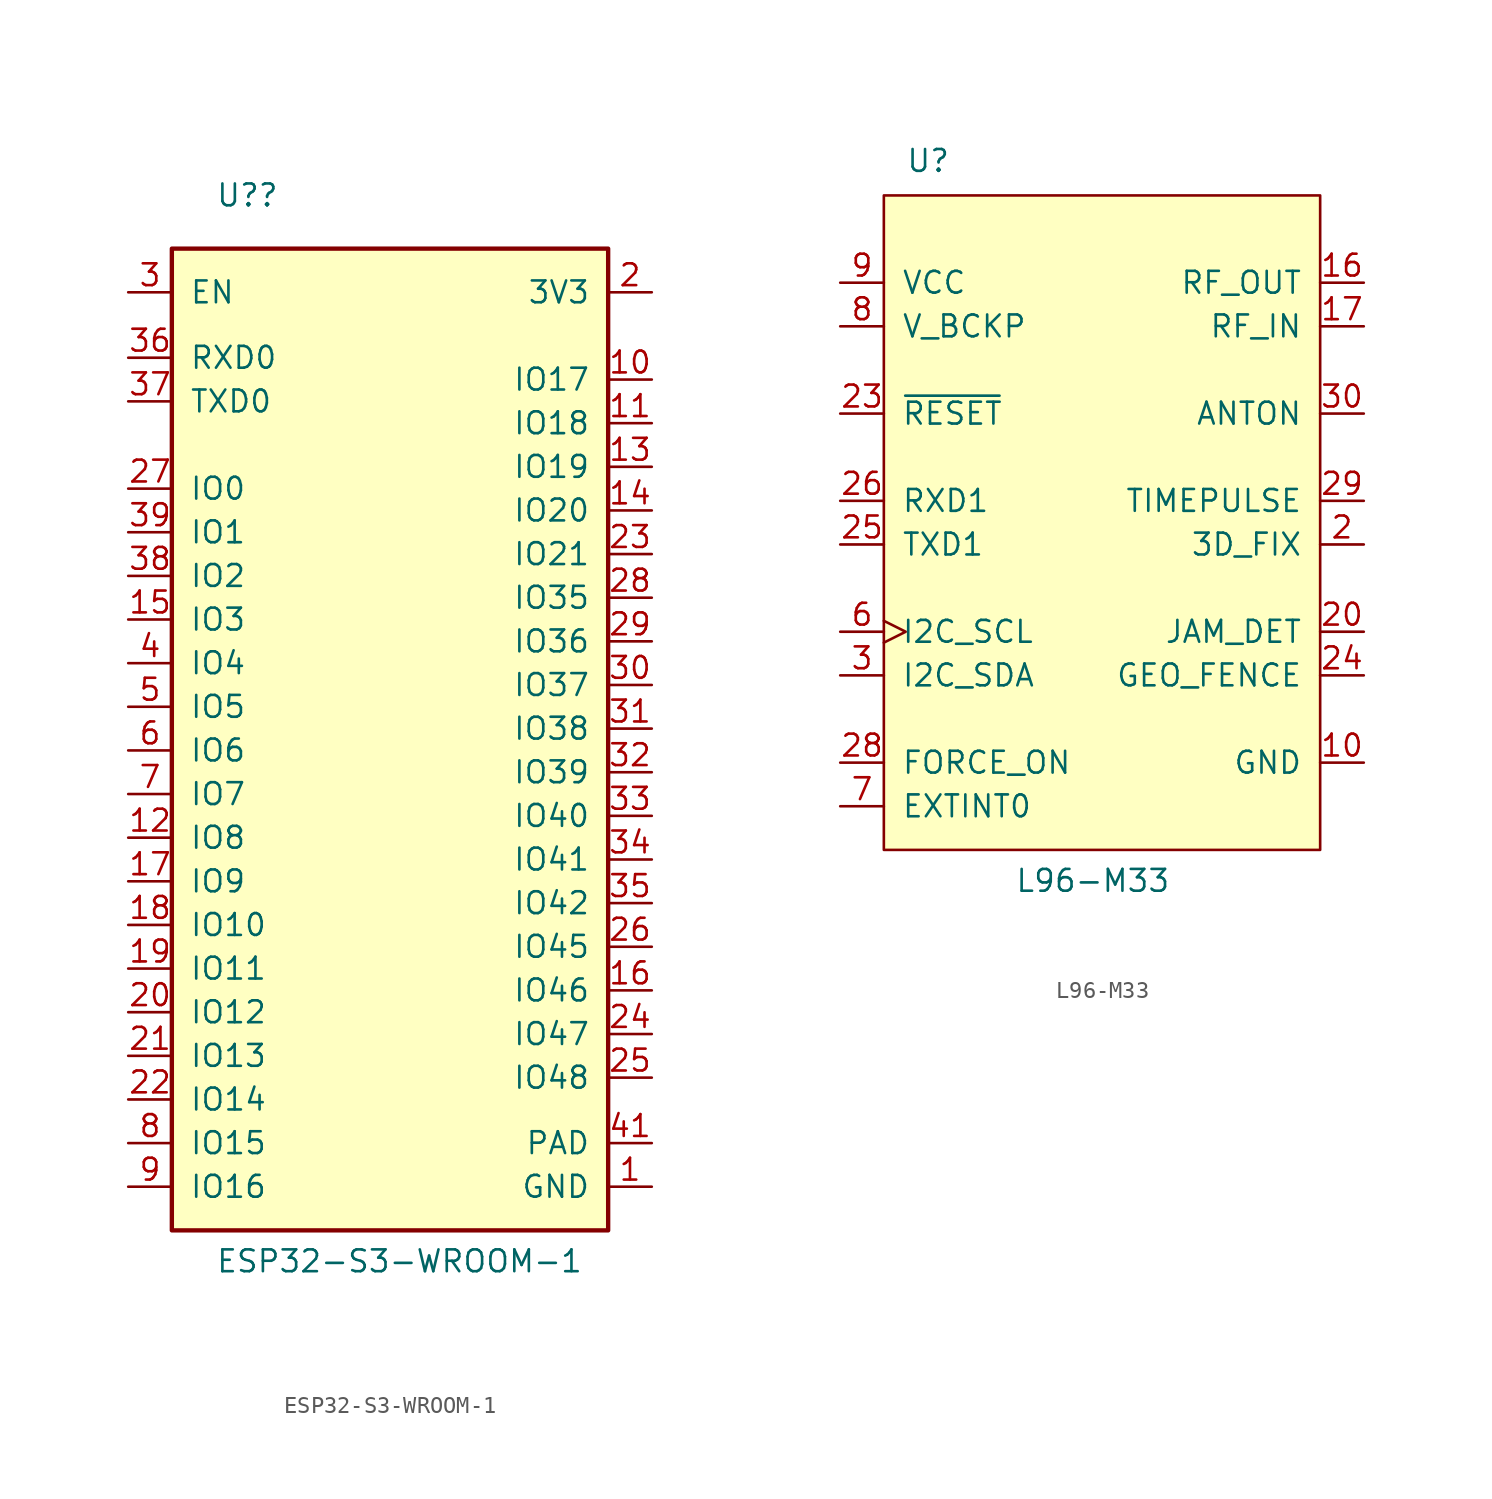
<source format=kicad_sym>
(kicad_symbol_lib
  (version 20220914)
  (generator kicad_symbol_editor)
  (symbol "ESP32-S3-WROOM-1"
    (pin_names
      (offset 1.016))
    (property "Reference" "U?"
      (at -10.16 34.112 0)
      (effects (font (size 1.27 1.27)) (justify left bottom)))
    (property "Value" "ESP32-S3-WROOM-1"
      (at -10.16 -27.94 0)
      (effects (font (size 1.27 1.27)) (justify left bottom)))
    (symbol "ESP32-S3-WROOM-1_0_0"
      (rectangle (start -12.7 31.75) (end 12.7 -25.4) (stroke (width 0.254) (type default)) (fill (type background)))
      (pin power_in line (at 15.24 -22.86 180) (length 2.54) (name "GND" (effects (font (size 1.27 1.27)))) (number "1" (effects (font (size 1.27 1.27)))))
      (pin bidirectional line (at 15.24 24.13 180) (length 2.54) (name "IO17" (effects (font (size 1.27 1.27)))) (number "10" (effects (font (size 1.27 1.27)))))
      (pin bidirectional line (at 15.24 21.59 180) (length 2.54) (name "IO18" (effects (font (size 1.27 1.27)))) (number "11" (effects (font (size 1.27 1.27)))))
      (pin bidirectional line (at -15.24 -2.54 0) (length 2.54) (name "IO8" (effects (font (size 1.27 1.27)))) (number "12" (effects (font (size 1.27 1.27)))))
      (pin bidirectional line (at 15.24 19.05 180) (length 2.54) (name "IO19" (effects (font (size 1.27 1.27)))) (number "13" (effects (font (size 1.27 1.27)))))
      (pin bidirectional line (at 15.24 16.51 180) (length 2.54) (name "IO20" (effects (font (size 1.27 1.27)))) (number "14" (effects (font (size 1.27 1.27)))))
      (pin bidirectional line (at -15.24 10.16 0) (length 2.54) (name "IO3" (effects (font (size 1.27 1.27)))) (number "15" (effects (font (size 1.27 1.27)))))
      (pin bidirectional line (at 15.24 -11.43 180) (length 2.54) (name "IO46" (effects (font (size 1.27 1.27)))) (number "16" (effects (font (size 1.27 1.27)))))
      (pin bidirectional line (at -15.24 -5.08 0) (length 2.54) (name "IO9" (effects (font (size 1.27 1.27)))) (number "17" (effects (font (size 1.27 1.27)))))
      (pin bidirectional line (at -15.24 -7.62 0) (length 2.54) (name "IO10" (effects (font (size 1.27 1.27)))) (number "18" (effects (font (size 1.27 1.27)))))
      (pin bidirectional line (at -15.24 -10.16 0) (length 2.54) (name "IO11" (effects (font (size 1.27 1.27)))) (number "19" (effects (font (size 1.27 1.27)))))
      (pin power_in line (at 15.24 29.21 180) (length 2.54) (name "3V3" (effects (font (size 1.27 1.27)))) (number "2" (effects (font (size 1.27 1.27)))))
      (pin bidirectional line (at -15.24 -12.7 0) (length 2.54) (name "IO12" (effects (font (size 1.27 1.27)))) (number "20" (effects (font (size 1.27 1.27)))))
      (pin bidirectional line (at -15.24 -15.24 0) (length 2.54) (name "IO13" (effects (font (size 1.27 1.27)))) (number "21" (effects (font (size 1.27 1.27)))))
      (pin bidirectional line (at -15.24 -17.78 0) (length 2.54) (name "IO14" (effects (font (size 1.27 1.27)))) (number "22" (effects (font (size 1.27 1.27)))))
      (pin bidirectional line (at 15.24 13.97 180) (length 2.54) (name "IO21" (effects (font (size 1.27 1.27)))) (number "23" (effects (font (size 1.27 1.27)))))
      (pin bidirectional line (at 15.24 -13.97 180) (length 2.54) (name "IO47" (effects (font (size 1.27 1.27)))) (number "24" (effects (font (size 1.27 1.27)))))
      (pin bidirectional line (at 15.24 -16.51 180) (length 2.54) (name "IO48" (effects (font (size 1.27 1.27)))) (number "25" (effects (font (size 1.27 1.27)))))
      (pin bidirectional line (at 15.24 -8.89 180) (length 2.54) (name "IO45" (effects (font (size 1.27 1.27)))) (number "26" (effects (font (size 1.27 1.27)))))
      (pin bidirectional line (at -15.24 17.78 0) (length 2.54) (name "IO0" (effects (font (size 1.27 1.27)))) (number "27" (effects (font (size 1.27 1.27)))))
      (pin bidirectional line (at 15.24 11.43 180) (length 2.54) (name "IO35" (effects (font (size 1.27 1.27)))) (number "28" (effects (font (size 1.27 1.27)))))
      (pin bidirectional line (at 15.24 8.89 180) (length 2.54) (name "IO36" (effects (font (size 1.27 1.27)))) (number "29" (effects (font (size 1.27 1.27)))))
      (pin input line (at -15.24 29.21 0) (length 2.54) (name "EN" (effects (font (size 1.27 1.27)))) (number "3" (effects (font (size 1.27 1.27)))))
      (pin bidirectional line (at 15.24 6.35 180) (length 2.54) (name "IO37" (effects (font (size 1.27 1.27)))) (number "30" (effects (font (size 1.27 1.27)))))
      (pin bidirectional line (at 15.24 3.81 180) (length 2.54) (name "IO38" (effects (font (size 1.27 1.27)))) (number "31" (effects (font (size 1.27 1.27)))))
      (pin bidirectional line (at 15.24 1.27 180) (length 2.54) (name "IO39" (effects (font (size 1.27 1.27)))) (number "32" (effects (font (size 1.27 1.27)))))
      (pin bidirectional line (at 15.24 -1.27 180) (length 2.54) (name "IO40" (effects (font (size 1.27 1.27)))) (number "33" (effects (font (size 1.27 1.27)))))
      (pin bidirectional line (at 15.24 -3.81 180) (length 2.54) (name "IO41" (effects (font (size 1.27 1.27)))) (number "34" (effects (font (size 1.27 1.27)))))
      (pin bidirectional line (at 15.24 -6.35 180) (length 2.54) (name "IO42" (effects (font (size 1.27 1.27)))) (number "35" (effects (font (size 1.27 1.27)))))
      (pin bidirectional line (at -15.24 25.4 0) (length 2.54) (name "RXD0" (effects (font (size 1.27 1.27)))) (number "36" (effects (font (size 1.27 1.27)))))
      (pin bidirectional line (at -15.24 22.86 0) (length 2.54) (name "TXD0" (effects (font (size 1.27 1.27)))) (number "37" (effects (font (size 1.27 1.27)))))
      (pin bidirectional line (at -15.24 12.7 0) (length 2.54) (name "IO2" (effects (font (size 1.27 1.27)))) (number "38" (effects (font (size 1.27 1.27)))))
      (pin bidirectional line (at -15.24 15.24 0) (length 2.54) (name "IO1" (effects (font (size 1.27 1.27)))) (number "39" (effects (font (size 1.27 1.27)))))
      (pin bidirectional line (at -15.24 7.62 0) (length 2.54) (name "IO4" (effects (font (size 1.27 1.27)))) (number "4" (effects (font (size 1.27 1.27)))))
      (pin power_in line (at 15.24 -22.86 180) (length 2.54) hide (name "GND" (effects (font (size 1.27 1.27)))) (number "40" (effects (font (size 1.27 1.27)))))
      (pin bidirectional line (at -15.24 5.08 0) (length 2.54) (name "IO5" (effects (font (size 1.27 1.27)))) (number "5" (effects (font (size 1.27 1.27)))))
      (pin bidirectional line (at -15.24 2.54 0) (length 2.54) (name "IO6" (effects (font (size 1.27 1.27)))) (number "6" (effects (font (size 1.27 1.27)))))
      (pin bidirectional line (at -15.24 0 0) (length 2.54) (name "IO7" (effects (font (size 1.27 1.27)))) (number "7" (effects (font (size 1.27 1.27)))))
      (pin bidirectional line (at -15.24 -20.32 0) (length 2.54) (name "IO15" (effects (font (size 1.27 1.27)))) (number "8" (effects (font (size 1.27 1.27)))))
      (pin bidirectional line (at -15.24 -22.86 0) (length 2.54) (name "IO16" (effects (font (size 1.27 1.27)))) (number "9" (effects (font (size 1.27 1.27))))))
    (symbol "ESP32-S3-WROOM-1_1_0"
      (pin power_in line (at 15.24 -20.32 180) (length 2.54) (name "PAD" (effects (font (size 1.27 1.27)))) (number "41" (effects (font (size 1.27 1.27)))))))
  (symbol "L96-M33"
    (pin_names
      (offset 1.016))
    (property "Reference" "U"
      (at -11.43 20.32 0)
      (effects (font (size 1.27 1.27)) (justify left bottom)))
    (property "Value" "L96-M33"
      (at -5.08 -21.59 0)
      (effects (font (size 1.27 1.27)) (justify left bottom)))
    (symbol "L96-M33_1_0"
      (rectangle (start -12.7 19.05) (end 12.7 -19.05) (stroke (width 0) (type default)) (fill (type background)))
      (pin power_in line (at 15.24 -13.97 180) (length 2.54) (name "GND" (effects (font (size 1.27 1.27)))) (number "10" (effects (font (size 1.27 1.27)))))
      (pin power_in line (at 15.24 -13.97 180) (length 2.54) hide (name "GND" (effects (font (size 1.27 1.27)))) (number "11" (effects (font (size 1.27 1.27)))))
      (pin power_in line (at 15.24 -13.97 180) (length 2.54) hide (name "GND" (effects (font (size 1.27 1.27)))) (number "12" (effects (font (size 1.27 1.27)))))
      (pin power_in line (at 15.24 -13.97 180) (length 2.54) hide (name "GND" (effects (font (size 1.27 1.27)))) (number "13" (effects (font (size 1.27 1.27)))))
      (pin power_in line (at 15.24 -13.97 180) (length 2.54) hide (name "GND" (effects (font (size 1.27 1.27)))) (number "14" (effects (font (size 1.27 1.27)))))
      (pin power_in line (at 15.24 -13.97 180) (length 2.54) hide (name "GND" (effects (font (size 1.27 1.27)))) (number "15" (effects (font (size 1.27 1.27)))))
      (pin output line (at 15.24 13.97 180) (length 2.54) (name "RF_OUT" (effects (font (size 1.27 1.27)))) (number "16" (effects (font (size 1.27 1.27)))))
      (pin input line (at 15.24 11.43 180) (length 2.54) (name "RF_IN" (effects (font (size 1.27 1.27)))) (number "17" (effects (font (size 1.27 1.27)))))
      (pin power_in line (at 15.24 -13.97 180) (length 2.54) hide (name "GND" (effects (font (size 1.27 1.27)))) (number "18" (effects (font (size 1.27 1.27)))))
      (pin power_in line (at 15.24 -13.97 180) (length 2.54) hide (name "GND" (effects (font (size 1.27 1.27)))) (number "19" (effects (font (size 1.27 1.27)))))
      (pin output line (at 15.24 -1.27 180) (length 2.54) (name "3D_FIX" (effects (font (size 1.27 1.27)))) (number "2" (effects (font (size 1.27 1.27)))))
      (pin output line (at 15.24 -6.35 180) (length 2.54) (name "JAM_DET" (effects (font (size 1.27 1.27)))) (number "20" (effects (font (size 1.27 1.27)))))
      (pin power_in line (at 15.24 -13.97 180) (length 2.54) hide (name "GND" (effects (font (size 1.27 1.27)))) (number "21" (effects (font (size 1.27 1.27)))))
      (pin power_in line (at 15.24 -13.97 180) (length 2.54) hide (name "GND" (effects (font (size 1.27 1.27)))) (number "22" (effects (font (size 1.27 1.27)))))
      (pin input line (at -15.24 6.35 0) (length 2.54) (name "~{RESET}" (effects (font (size 1.27 1.27)))) (number "23" (effects (font (size 1.27 1.27)))))
      (pin output line (at 15.24 -8.89 180) (length 2.54) (name "GEO_FENCE" (effects (font (size 1.27 1.27)))) (number "24" (effects (font (size 1.27 1.27)))))
      (pin output line (at -15.24 -1.27 0) (length 2.54) (name "TXD1" (effects (font (size 1.27 1.27)))) (number "25" (effects (font (size 1.27 1.27)))))
      (pin input line (at -15.24 1.27 0) (length 2.54) (name "RXD1" (effects (font (size 1.27 1.27)))) (number "26" (effects (font (size 1.27 1.27)))))
      (pin power_in line (at 15.24 -13.97 180) (length 2.54) hide (name "GND" (effects (font (size 1.27 1.27)))) (number "27" (effects (font (size 1.27 1.27)))))
      (pin input line (at -15.24 -13.97 0) (length 2.54) (name "FORCE_ON" (effects (font (size 1.27 1.27)))) (number "28" (effects (font (size 1.27 1.27)))))
      (pin output line (at 15.24 1.27 180) (length 2.54) (name "TIMEPULSE" (effects (font (size 1.27 1.27)))) (number "29" (effects (font (size 1.27 1.27)))))
      (pin bidirectional line (at -15.24 -8.89 0) (length 2.54) (name "I2C_SDA" (effects (font (size 1.27 1.27)))) (number "3" (effects (font (size 1.27 1.27)))))
      (pin output line (at 15.24 6.35 180) (length 2.54) (name "ANTON" (effects (font (size 1.27 1.27)))) (number "30" (effects (font (size 1.27 1.27)))))
      (pin power_in line (at 15.24 -13.97 180) (length 2.54) hide (name "GND" (effects (font (size 1.27 1.27)))) (number "31" (effects (font (size 1.27 1.27)))))
      (pin power_in line (at 15.24 -13.97 180) (length 2.54) hide (name "GND" (effects (font (size 1.27 1.27)))) (number "4" (effects (font (size 1.27 1.27)))))
      (pin power_in line (at 15.24 -13.97 180) (length 2.54) hide (name "GND" (effects (font (size 1.27 1.27)))) (number "5" (effects (font (size 1.27 1.27)))))
      (pin bidirectional clock (at -15.24 -6.35 0) (length 2.54) (name "I2C_SCL" (effects (font (size 1.27 1.27)))) (number "6" (effects (font (size 1.27 1.27)))))
      (pin input line (at -15.24 -16.51 0) (length 2.54) (name "EXTINT0" (effects (font (size 1.27 1.27)))) (number "7" (effects (font (size 1.27 1.27)))))
      (pin power_in line (at -15.24 11.43 0) (length 2.54) (name "V_BCKP" (effects (font (size 1.27 1.27)))) (number "8" (effects (font (size 1.27 1.27)))))
      (pin power_in line (at -15.24 13.97 0) (length 2.54) (name "VCC" (effects (font (size 1.27 1.27)))) (number "9" (effects (font (size 1.27 1.27))))))))
</source>
